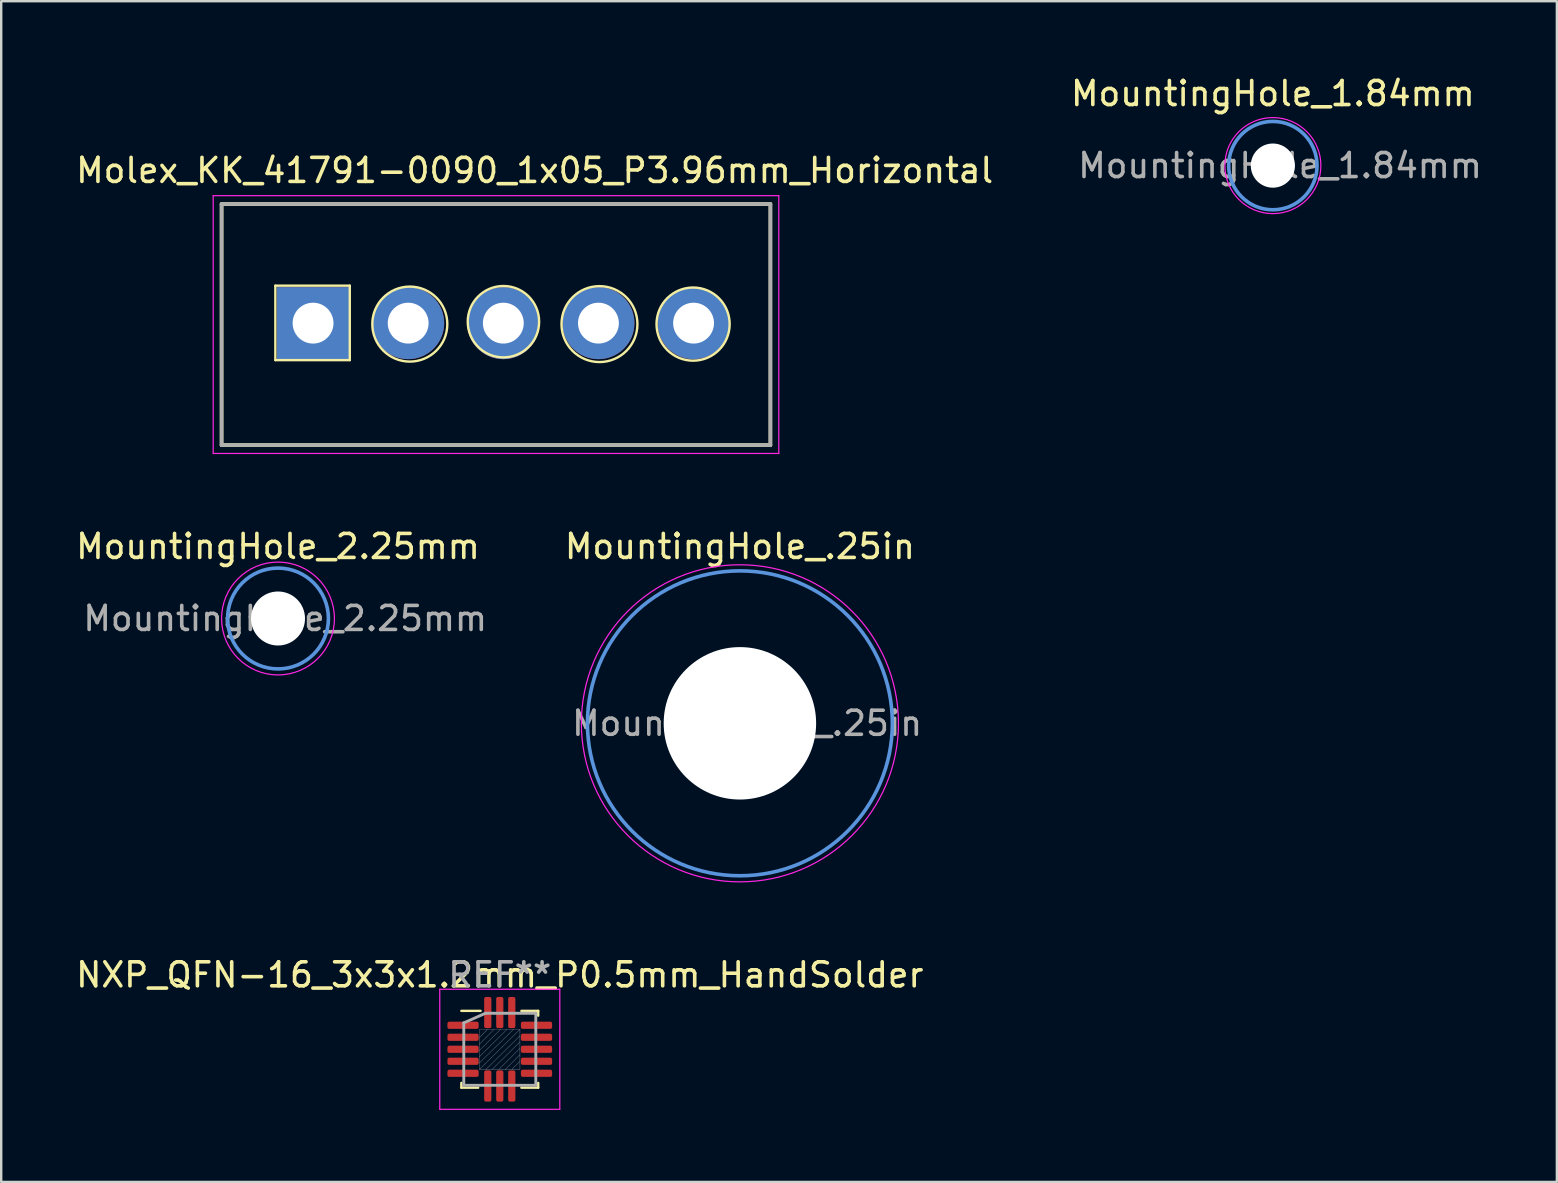
<source format=kicad_pcb>
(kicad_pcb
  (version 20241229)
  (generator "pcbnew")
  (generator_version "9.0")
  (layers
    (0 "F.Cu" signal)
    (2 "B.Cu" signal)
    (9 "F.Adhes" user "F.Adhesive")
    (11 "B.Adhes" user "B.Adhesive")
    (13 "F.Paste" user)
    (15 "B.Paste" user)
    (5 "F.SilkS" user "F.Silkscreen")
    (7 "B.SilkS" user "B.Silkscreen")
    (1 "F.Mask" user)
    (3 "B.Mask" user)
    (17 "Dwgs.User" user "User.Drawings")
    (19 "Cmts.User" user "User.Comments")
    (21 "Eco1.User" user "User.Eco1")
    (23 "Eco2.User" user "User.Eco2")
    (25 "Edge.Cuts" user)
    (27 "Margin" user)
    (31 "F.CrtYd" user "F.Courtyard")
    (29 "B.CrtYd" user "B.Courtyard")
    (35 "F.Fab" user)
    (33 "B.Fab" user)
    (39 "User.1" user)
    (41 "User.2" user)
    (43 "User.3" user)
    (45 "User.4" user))
  (footprint "NXP_QFN-16_3x3x1.2mm_P0.5mm_HandSolder"
    (layer "F.Cu")
    (at 17.768 40.657)
    (property "Reference" "NXP_QFN-16_3x3x1.2mm_P0.5mm_HandSolder" (at 0 -3.1 0) (layer "F.SilkS") (effects (font (size 1 1) (thickness 0.15))))
    (attr smd)
    (fp_line (start -1.6 -1.6) (end -0.8 -1.6) (stroke (width 0.1) (type solid)) (layer "F.SilkS"))
    (fp_line (start -1.6 1.4) (end -1.6 1.6) (stroke (width 0.1) (type solid)) (layer "F.SilkS"))
    (fp_line (start -1.6 1.6) (end -0.9 1.6) (stroke (width 0.1) (type solid)) (layer "F.SilkS"))
    (fp_line (start 1.6 -1.6) (end 0.9 -1.6) (stroke (width 0.1) (type solid)) (layer "F.SilkS"))
    (fp_line (start 1.6 -1.4) (end 1.6 -1.6) (stroke (width 0.1) (type solid)) (layer "F.SilkS"))
    (fp_line (start 1.6 1.4) (end 1.6 1.6) (stroke (width 0.1) (type solid)) (layer "F.SilkS"))
    (fp_line (start 1.6 1.6) (end 0.9 1.6) (stroke (width 0.1) (type solid)) (layer "F.SilkS"))
    (fp_line (start -0.85 -0.83) (end 0.84 -0.83) (stroke (width 0.01) (type solid)) (layer "Dwgs.User"))
    (fp_line (start -0.85 0.84) (end -0.85 -0.83) (stroke (width 0.01) (type solid)) (layer "Dwgs.User"))
    (fp_line (start -0.85 0.84) (end 0.84 -0.83) (stroke (width 0.01) (type solid)) (layer "Dwgs.User"))
    (fp_line (start -0.85 -0.49) (end -0.52 -0.82) (stroke (width 0.01) (type solid)) (layer "Dwgs.User"))
    (fp_line (start -0.85 -0.21) (end -0.24 -0.83) (stroke (width 0.01) (type solid)) (layer "Dwgs.User"))
    (fp_line (start -0.85 0.05) (end 0.03 -0.83) (stroke (width 0.01) (type solid)) (layer "Dwgs.User"))
    (fp_line (start -0.85 0.31) (end 0.3 -0.83) (stroke (width 0.01) (type solid)) (layer "Dwgs.User"))
    (fp_line (start -0.85 0.57) (end 0.57 -0.83) (stroke (width 0.01) (type solid)) (layer "Dwgs.User"))
    (fp_line (start -0.58 0.84) (end 0.84 -0.56) (stroke (width 0.01) (type solid)) (layer "Dwgs.User"))
    (fp_line (start -0.31 0.83) (end 0.84 -0.31) (stroke (width 0.01) (type solid)) (layer "Dwgs.User"))
    (fp_line (start 0.84 -0.83) (end 0.84 0.84) (stroke (width 0.01) (type solid)) (layer "Dwgs.User"))
    (fp_line (start 0.84 -0.04) (end -0.04 0.84) (stroke (width 0.01) (type solid)) (layer "Dwgs.User"))
    (fp_line (start 0.84 0.22) (end 0.23 0.84) (stroke (width 0.01) (type solid)) (layer "Dwgs.User"))
    (fp_line (start 0.84 0.5) (end 0.51 0.83) (stroke (width 0.01) (type solid)) (layer "Dwgs.User"))
    (fp_line (start 0.84 0.84) (end -0.85 0.84) (stroke (width 0.01) (type solid)) (layer "Dwgs.User"))
    (fp_line (start -2.5 -2.5) (end 2.5 -2.5) (stroke (width 0.05) (type solid)) (layer "F.CrtYd"))
    (fp_line (start -2.5 2.5) (end -2.5 -2.5) (stroke (width 0.05) (type solid)) (layer "F.CrtYd"))
    (fp_line (start 2.5 -2.5) (end 2.5 2.5) (stroke (width 0.05) (type solid)) (layer "F.CrtYd"))
    (fp_line (start 2.5 2.5) (end -2.5 2.5) (stroke (width 0.05) (type solid)) (layer "F.CrtYd"))
    (fp_line (start -1.5 -1.1) (end -0.6 -1.5) (stroke (width 0.12) (type solid)) (layer "F.Fab"))
    (fp_line (start -1.5 1.5) (end -1.5 -1.1) (stroke (width 0.12) (type solid)) (layer "F.Fab"))
    (fp_line (start -0.6 -1.5) (end 1.5 -1.5) (stroke (width 0.12) (type solid)) (layer "F.Fab"))
    (fp_line (start 1.5 -1.5) (end 1.5 1.5) (stroke (width 0.12) (type solid)) (layer "F.Fab"))
    (fp_line (start 1.5 1.5) (end -1.5 1.5) (stroke (width 0.12) (type solid)) (layer "F.Fab"))
    (fp_text user "REF**" (at 0 -3.1 0) (layer "F.Fab") (effects (font (size 1 1) (thickness 0.15))))
    (pad "1" smd roundrect (at -1.53 -1) (size 1.3 0.3) (layers "F.Cu" "F.Mask" "F.Paste") (roundrect_rratio 0.25))
    (pad "2" smd roundrect (at -1.53 -0.5) (size 1.3 0.3) (layers "F.Cu" "F.Mask" "F.Paste") (roundrect_rratio 0.25))
    (pad "3" smd roundrect (at -1.53 0) (size 1.3 0.3) (layers "F.Cu" "F.Mask" "F.Paste") (roundrect_rratio 0.25))
    (pad "4" smd roundrect (at -1.53 0.5) (size 1.3 0.3) (layers "F.Cu" "F.Mask" "F.Paste") (roundrect_rratio 0.25))
    (pad "5" smd roundrect (at -1.53 1) (size 1.3 0.3) (layers "F.Cu" "F.Mask" "F.Paste") (roundrect_rratio 0.25))
    (pad "6" smd roundrect (at -0.5 1.53) (size 0.3 1.3) (layers "F.Cu" "F.Mask" "F.Paste") (roundrect_rratio 0.25))
    (pad "7" smd roundrect (at 0 1.53) (size 0.3 1.3) (layers "F.Cu" "F.Mask" "F.Paste") (roundrect_rratio 0.25))
    (pad "8" smd roundrect (at 0.5 1.53) (size 0.3 1.3) (layers "F.Cu" "F.Mask" "F.Paste") (roundrect_rratio 0.25))
    (pad "9" smd roundrect (at 1.53 1) (size 1.3 0.3) (layers "F.Cu" "F.Mask" "F.Paste") (roundrect_rratio 0.25))
    (pad "10" smd roundrect (at 1.53 0.5) (size 1.3 0.3) (layers "F.Cu" "F.Mask" "F.Paste") (roundrect_rratio 0.25))
    (pad "11" smd roundrect (at 1.53 0) (size 1.3 0.3) (layers "F.Cu" "F.Mask" "F.Paste") (roundrect_rratio 0.25))
    (pad "12" smd roundrect (at 1.53 -0.5) (size 1.3 0.3) (layers "F.Cu" "F.Mask" "F.Paste") (roundrect_rratio 0.25))
    (pad "13" smd roundrect (at 1.53 -1) (size 1.3 0.3) (layers "F.Cu" "F.Mask" "F.Paste") (roundrect_rratio 0.25))
    (pad "14" smd roundrect (at 0.5 -1.53) (size 0.3 1.3) (layers "F.Cu" "F.Mask" "F.Paste") (roundrect_rratio 0.25))
    (pad "15" smd roundrect (at 0 -1.53) (size 0.3 1.3) (layers "F.Cu" "F.Mask" "F.Paste") (roundrect_rratio 0.25))
    (pad "16" smd roundrect (at -0.5 -1.53) (size 0.3 1.3) (layers "F.Cu" "F.Mask" "F.Paste") (roundrect_rratio 0.25)))
  (footprint "MountingHole_1.84mm"
    (layer "F.Cu")
    (at 49.97 3.848)
    (property "Reference" "MountingHole_1.84mm" (at 0 -3 0) (layer "F.SilkS") (effects (font (size 1 1) (thickness 0.15))))
    (attr through_hole)
    (fp_circle (center 0 0) (end 1.84 0) (stroke (width 0.15) (type solid)) (fill no) (layer "Cmts.User"))
    (fp_circle (center 0 0) (end 2 0) (stroke (width 0.05) (type solid)) (fill no) (layer "F.CrtYd"))
    (fp_text user "${REFERENCE}" (at 0.3 0 0) (layer "F.Fab") (effects (font (size 1 1) (thickness 0.15))))
    (pad "" np_thru_hole circle (at 0 0) (size 1.84 1.84) (drill 1.84) (layers "*.Cu" "*.Mask")))
  (footprint "MountingHole_.25in"
    (layer "F.Cu")
    (at 27.77 27.079)
    (property "Reference" "MountingHole_.25in" (at 0 -7.366 0) (layer "F.SilkS") (effects (font (size 1 1) (thickness 0.15))))
    (attr through_hole)
    (fp_circle (center 0 0) (end 6.35 0) (stroke (width 0.15) (type solid)) (fill no) (layer "Cmts.User"))
    (fp_circle (center 0 0) (end 6.604 0) (stroke (width 0.05) (type solid)) (fill no) (layer "F.CrtYd"))
    (fp_text user "${REFERENCE}" (at 0.3 0 0) (layer "F.Fab") (effects (font (size 1 1) (thickness 0.15))))
    (pad "" np_thru_hole circle (at 0 0) (size 6.35 6.35) (drill 6.35) (layers "*.Cu" "*.Mask")))
  (footprint "MountingHole_2.25mm"
    (layer "F.Cu")
    (at 8.53 22.713)
    (property "Reference" "MountingHole_2.25mm" (at 0 -3 0) (layer "F.SilkS") (effects (font (size 1 1) (thickness 0.15))))
    (attr through_hole)
    (fp_circle (center 0 0) (end 2.1 0) (stroke (width 0.15) (type solid)) (fill no) (layer "Cmts.User"))
    (fp_circle (center 0 0) (end 2.35 0) (stroke (width 0.05) (type solid)) (fill no) (layer "F.CrtYd"))
    (fp_text user "${REFERENCE}" (at 0.3 0 0) (layer "F.Fab") (effects (font (size 1 1) (thickness 0.15))))
    (pad "" np_thru_hole circle (at 0 0) (size 2.25 2.25) (drill 2.25) (layers "*.Cu" "*.Mask")))
  (footprint "Molex_KK_41791-0090_1x05_P3.96mm_Horizontal"
    (layer "F.Cu")
    (at 21.42 0.25)
    (property "Reference" "Molex_KK_41791-0090_1x05_P3.96mm_Horizontal" (at -2.2 3.8 0) (layer "F.SilkS") (effects (font (size 1 1) (thickness 0.15))))
    (attr through_hole)
    (fp_line (start -15.24 5.2) (end -15.24 15.24) (stroke (width 0.15) (type solid)) (layer "F.SilkS"))
    (fp_line (start -15.24 5.2) (end 7.62 5.2) (stroke (width 0.15) (type solid)) (layer "F.SilkS"))
    (fp_line (start -15.24 15.24) (end 7.62 15.24) (stroke (width 0.15) (type solid)) (layer "F.SilkS"))
    (fp_line (start -13 8.6) (end -9.9 8.6) (stroke (width 0.1) (type solid)) (layer "F.SilkS"))
    (fp_line (start -13 11.7) (end -13 8.6) (stroke (width 0.1) (type solid)) (layer "F.SilkS"))
    (fp_line (start -9.9 8.6) (end -9.9 11.7) (stroke (width 0.1) (type solid)) (layer "F.SilkS"))
    (fp_line (start -9.9 11.7) (end -13 11.7) (stroke (width 0.1) (type solid)) (layer "F.SilkS"))
    (fp_line (start 7.62 15.24) (end 7.62 5.2) (stroke (width 0.15) (type solid)) (layer "F.SilkS"))
    (fp_circle (center -7.4 10.2) (end -6.4 9) (stroke (width 0.1) (type solid)) (fill no) (layer "F.SilkS"))
    (fp_circle (center -3.5 10.1) (end -2.5 9) (stroke (width 0.1) (type solid)) (fill no) (layer "F.SilkS"))
    (fp_circle (center 0.5 10.2) (end 1.4 8.9) (stroke (width 0.1) (type solid)) (fill no) (layer "F.SilkS"))
    (fp_circle (center 4.4 10.2) (end 5 8.8) (stroke (width 0.1) (type solid)) (fill no) (layer "F.SilkS"))
    (fp_line (start -15.59 4.85) (end -15.59 15.59) (stroke (width 0.05) (type solid)) (layer "F.CrtYd"))
    (fp_line (start -15.59 4.85) (end 7.97 4.85) (stroke (width 0.05) (type solid)) (layer "F.CrtYd"))
    (fp_line (start -15.59 15.59) (end 7.97 15.59) (stroke (width 0.05) (type solid)) (layer "F.CrtYd"))
    (fp_line (start 7.97 4.85) (end 7.97 15.59) (stroke (width 0.05) (type solid)) (layer "F.CrtYd"))
    (fp_line (start -15.24 5.2) (end -15.24 15.24) (stroke (width 0.15) (type solid)) (layer "F.Fab"))
    (fp_line (start -15.24 5.2) (end 7.62 5.2) (stroke (width 0.15) (type solid)) (layer "F.Fab"))
    (fp_line (start -15.24 15.24) (end 7.62 15.24) (stroke (width 0.15) (type solid)) (layer "F.Fab"))
    (fp_line (start 7.62 15.25) (end 7.62 5.2) (stroke (width 0.15) (type solid)) (layer "F.Fab"))
    (pad "1" thru_hole rect (at -11.43 10.16) (size 3 3) (drill 1.702) (layers "*.Cu" "*.Mask"))
    (pad "2" thru_hole circle (at -7.468 10.16) (size 3 3) (drill 1.702) (layers "*.Cu" "*.Mask"))
    (pad "3" thru_hole circle (at -3.505 10.16) (size 3 3) (drill 1.702) (layers "*.Cu" "*.Mask"))
    (pad "4" thru_hole circle (at 0.457 10.16) (size 3 3) (drill 1.702) (layers "*.Cu" "*.Mask"))
    (pad "5" thru_hole circle (at 4.42 10.16) (size 3 3) (drill 1.702) (layers "*.Cu" "*.Mask")))
  (gr_rect
    (start -3 -3)
    (end 61.8 46.181)
    (stroke (width 0.1) (type default))
    (fill no)
    (layer "Edge.Cuts")))
</source>
